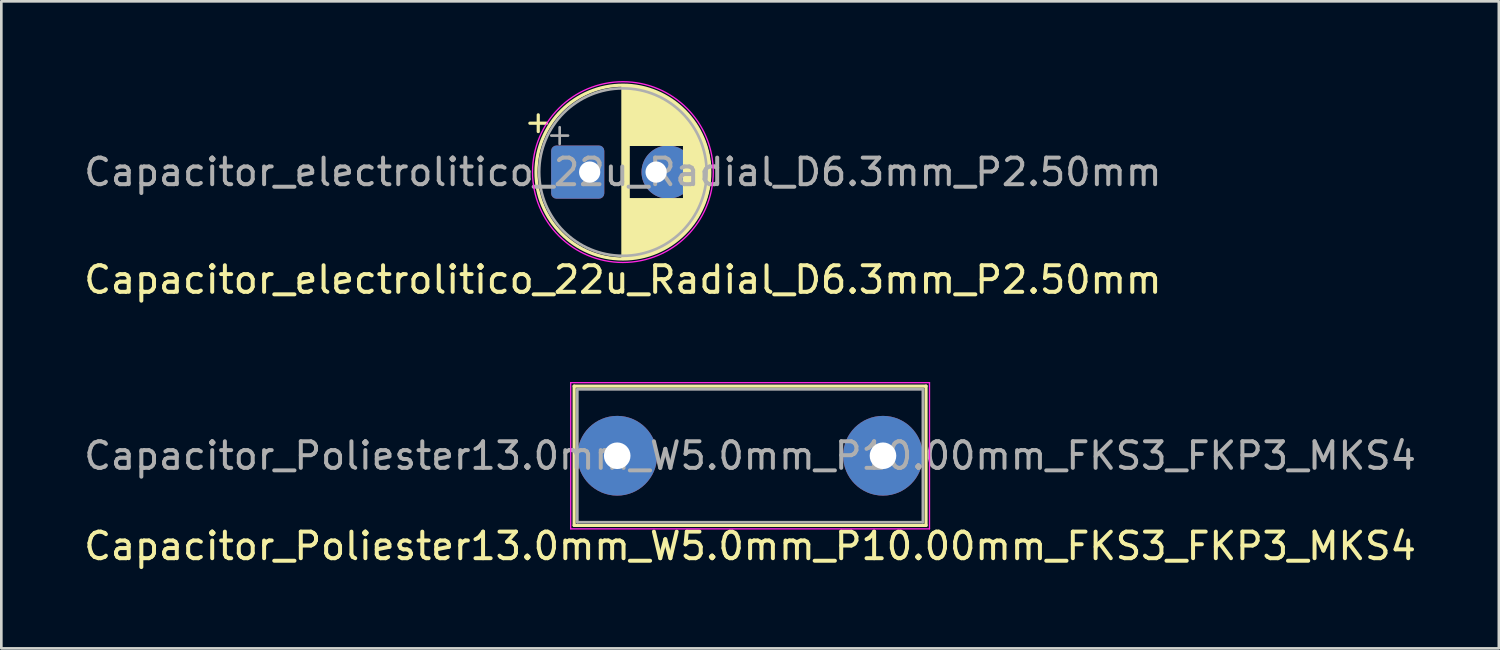
<source format=kicad_pcb>
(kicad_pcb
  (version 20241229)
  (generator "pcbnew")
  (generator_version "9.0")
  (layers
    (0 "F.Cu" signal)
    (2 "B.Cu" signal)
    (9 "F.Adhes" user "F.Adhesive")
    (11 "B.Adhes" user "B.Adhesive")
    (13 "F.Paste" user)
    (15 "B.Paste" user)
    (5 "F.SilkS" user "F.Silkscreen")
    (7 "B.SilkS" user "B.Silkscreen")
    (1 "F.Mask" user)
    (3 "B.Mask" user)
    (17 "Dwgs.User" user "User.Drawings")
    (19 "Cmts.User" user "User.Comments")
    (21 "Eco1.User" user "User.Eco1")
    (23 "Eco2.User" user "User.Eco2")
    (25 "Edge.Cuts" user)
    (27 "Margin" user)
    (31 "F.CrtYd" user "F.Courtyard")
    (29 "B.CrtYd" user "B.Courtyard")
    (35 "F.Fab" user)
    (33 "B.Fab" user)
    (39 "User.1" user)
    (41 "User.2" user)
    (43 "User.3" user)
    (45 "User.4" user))
  (footprint "Capacitor_Poliester13.0mm_W5.0mm_P10.00mm_FKS3_FKP3_MKS4"
    (layer "F.Cu")
    (at 25.173 14.098)
    (property "Reference" "Capacitor_Poliester13.0mm_W5.0mm_P10.00mm_FKS3_FKP3_MKS4" (at 0 3.4 0) (layer "F.SilkS") (effects (font (size 1 1) (thickness 0.15))))
    (attr through_hole)
    (fp_line (start -6.62 -2.62) (end -6.62 2.62) (stroke (width 0.12) (type solid)) (layer "F.SilkS"))
    (fp_line (start -6.62 -2.62) (end 6.62 -2.62) (stroke (width 0.12) (type solid)) (layer "F.SilkS"))
    (fp_line (start -6.62 2.62) (end 6.62 2.62) (stroke (width 0.12) (type solid)) (layer "F.SilkS"))
    (fp_line (start 6.62 -2.62) (end 6.62 2.62) (stroke (width 0.12) (type solid)) (layer "F.SilkS"))
    (fp_line (start -6.75 -2.75) (end -6.75 2.75) (stroke (width 0.05) (type solid)) (layer "F.CrtYd"))
    (fp_line (start -6.75 2.75) (end 6.75 2.75) (stroke (width 0.05) (type solid)) (layer "F.CrtYd"))
    (fp_line (start 6.75 -2.75) (end -6.75 -2.75) (stroke (width 0.05) (type solid)) (layer "F.CrtYd"))
    (fp_line (start 6.75 2.75) (end 6.75 -2.75) (stroke (width 0.05) (type solid)) (layer "F.CrtYd"))
    (fp_line (start -6.5 -2.5) (end -6.5 2.5) (stroke (width 0.1) (type solid)) (layer "F.Fab"))
    (fp_line (start -6.5 2.5) (end 6.5 2.5) (stroke (width 0.1) (type solid)) (layer "F.Fab"))
    (fp_line (start 6.5 -2.5) (end -6.5 -2.5) (stroke (width 0.1) (type solid)) (layer "F.Fab"))
    (fp_line (start 6.5 2.5) (end 6.5 -2.5) (stroke (width 0.1) (type solid)) (layer "F.Fab"))
    (fp_text user "${REFERENCE}" (at 0 0 0) (layer "F.Fab") (effects (font (size 1 1) (thickness 0.15))))
    (pad "1" thru_hole circle (at -5 0) (size 3 3) (drill 1) (layers "*.Cu" "*.Mask"))
    (pad "2" thru_hole circle (at 5 0) (size 3 3) (drill 1) (layers "*.Cu" "*.Mask")))
  (footprint "Capacitor_electrolitico_22u_Radial_D6.3mm_P2.50mm"
    (layer "F.Cu")
    (at 20.387 3.425)
    (property "Reference" "Capacitor_electrolitico_22u_Radial_D6.3mm_P2.50mm" (at 0 4.05 0) (layer "F.SilkS") (effects (font (size 1 1) (thickness 0.15))))
    (attr through_hole)
    (fp_line (start -3.5 -1.839) (end -2.87 -1.839) (stroke (width 0.12) (type solid)) (layer "F.SilkS"))
    (fp_line (start -3.185 -2.154) (end -3.185 -1.524) (stroke (width 0.12) (type solid)) (layer "F.SilkS"))
    (fp_line (start 0 -3.23) (end 0 3.23) (stroke (width 0.12) (type solid)) (layer "F.SilkS"))
    (fp_line (start 0.04 -3.23) (end 0.04 3.23) (stroke (width 0.12) (type solid)) (layer "F.SilkS"))
    (fp_line (start 0.08 -3.229) (end 0.08 3.229) (stroke (width 0.12) (type solid)) (layer "F.SilkS"))
    (fp_line (start 0.12 -3.228) (end 0.12 3.228) (stroke (width 0.12) (type solid)) (layer "F.SilkS"))
    (fp_line (start 0.16 -3.226) (end 0.16 3.226) (stroke (width 0.12) (type solid)) (layer "F.SilkS"))
    (fp_line (start 0.2 -3.224) (end 0.2 3.224) (stroke (width 0.12) (type solid)) (layer "F.SilkS"))
    (fp_line (start 0.24 -3.221) (end 0.24 -1.04) (stroke (width 0.12) (type solid)) (layer "F.SilkS"))
    (fp_line (start 0.24 1.04) (end 0.24 3.221) (stroke (width 0.12) (type solid)) (layer "F.SilkS"))
    (fp_line (start 0.28 -3.218) (end 0.28 -1.04) (stroke (width 0.12) (type solid)) (layer "F.SilkS"))
    (fp_line (start 0.28 1.04) (end 0.28 3.218) (stroke (width 0.12) (type solid)) (layer "F.SilkS"))
    (fp_line (start 0.32 -3.214) (end 0.32 -1.04) (stroke (width 0.12) (type solid)) (layer "F.SilkS"))
    (fp_line (start 0.32 1.04) (end 0.32 3.214) (stroke (width 0.12) (type solid)) (layer "F.SilkS"))
    (fp_line (start 0.36 -3.21) (end 0.36 -1.04) (stroke (width 0.12) (type solid)) (layer "F.SilkS"))
    (fp_line (start 0.36 1.04) (end 0.36 3.21) (stroke (width 0.12) (type solid)) (layer "F.SilkS"))
    (fp_line (start 0.4 -3.205) (end 0.4 -1.04) (stroke (width 0.12) (type solid)) (layer "F.SilkS"))
    (fp_line (start 0.4 1.04) (end 0.4 3.205) (stroke (width 0.12) (type solid)) (layer "F.SilkS"))
    (fp_line (start 0.44 -3.2) (end 0.44 -1.04) (stroke (width 0.12) (type solid)) (layer "F.SilkS"))
    (fp_line (start 0.44 1.04) (end 0.44 3.2) (stroke (width 0.12) (type solid)) (layer "F.SilkS"))
    (fp_line (start 0.48 -3.195) (end 0.48 -1.04) (stroke (width 0.12) (type solid)) (layer "F.SilkS"))
    (fp_line (start 0.48 1.04) (end 0.48 3.195) (stroke (width 0.12) (type solid)) (layer "F.SilkS"))
    (fp_line (start 0.52 -3.188) (end 0.52 -1.04) (stroke (width 0.12) (type solid)) (layer "F.SilkS"))
    (fp_line (start 0.52 1.04) (end 0.52 3.188) (stroke (width 0.12) (type solid)) (layer "F.SilkS"))
    (fp_line (start 0.56 -3.182) (end 0.56 -1.04) (stroke (width 0.12) (type solid)) (layer "F.SilkS"))
    (fp_line (start 0.56 1.04) (end 0.56 3.182) (stroke (width 0.12) (type solid)) (layer "F.SilkS"))
    (fp_line (start 0.6 -3.174) (end 0.6 -1.04) (stroke (width 0.12) (type solid)) (layer "F.SilkS"))
    (fp_line (start 0.6 1.04) (end 0.6 3.174) (stroke (width 0.12) (type solid)) (layer "F.SilkS"))
    (fp_line (start 0.64 -3.167) (end 0.64 -1.04) (stroke (width 0.12) (type solid)) (layer "F.SilkS"))
    (fp_line (start 0.64 1.04) (end 0.64 3.167) (stroke (width 0.12) (type solid)) (layer "F.SilkS"))
    (fp_line (start 0.68 -3.159) (end 0.68 -1.04) (stroke (width 0.12) (type solid)) (layer "F.SilkS"))
    (fp_line (start 0.68 1.04) (end 0.68 3.159) (stroke (width 0.12) (type solid)) (layer "F.SilkS"))
    (fp_line (start 0.72 -3.15) (end 0.72 -1.04) (stroke (width 0.12) (type solid)) (layer "F.SilkS"))
    (fp_line (start 0.72 1.04) (end 0.72 3.15) (stroke (width 0.12) (type solid)) (layer "F.SilkS"))
    (fp_line (start 0.76 -3.14) (end 0.76 -1.04) (stroke (width 0.12) (type solid)) (layer "F.SilkS"))
    (fp_line (start 0.76 1.04) (end 0.76 3.14) (stroke (width 0.12) (type solid)) (layer "F.SilkS"))
    (fp_line (start 0.8 -3.131) (end 0.8 -1.04) (stroke (width 0.12) (type solid)) (layer "F.SilkS"))
    (fp_line (start 0.8 1.04) (end 0.8 3.131) (stroke (width 0.12) (type solid)) (layer "F.SilkS"))
    (fp_line (start 0.84 -3.12) (end 0.84 -1.04) (stroke (width 0.12) (type solid)) (layer "F.SilkS"))
    (fp_line (start 0.84 1.04) (end 0.84 3.12) (stroke (width 0.12) (type solid)) (layer "F.SilkS"))
    (fp_line (start 0.88 -3.109) (end 0.88 -1.04) (stroke (width 0.12) (type solid)) (layer "F.SilkS"))
    (fp_line (start 0.88 1.04) (end 0.88 3.109) (stroke (width 0.12) (type solid)) (layer "F.SilkS"))
    (fp_line (start 0.92 -3.098) (end 0.92 -1.04) (stroke (width 0.12) (type solid)) (layer "F.SilkS"))
    (fp_line (start 0.92 1.04) (end 0.92 3.098) (stroke (width 0.12) (type solid)) (layer "F.SilkS"))
    (fp_line (start 0.96 -3.086) (end 0.96 -1.04) (stroke (width 0.12) (type solid)) (layer "F.SilkS"))
    (fp_line (start 0.96 1.04) (end 0.96 3.086) (stroke (width 0.12) (type solid)) (layer "F.SilkS"))
    (fp_line (start 1 -3.073) (end 1 -1.04) (stroke (width 0.12) (type solid)) (layer "F.SilkS"))
    (fp_line (start 1 1.04) (end 1 3.073) (stroke (width 0.12) (type solid)) (layer "F.SilkS"))
    (fp_line (start 1.04 -3.06) (end 1.04 -1.04) (stroke (width 0.12) (type solid)) (layer "F.SilkS"))
    (fp_line (start 1.04 1.04) (end 1.04 3.06) (stroke (width 0.12) (type solid)) (layer "F.SilkS"))
    (fp_line (start 1.08 -3.047) (end 1.08 -1.04) (stroke (width 0.12) (type solid)) (layer "F.SilkS"))
    (fp_line (start 1.08 1.04) (end 1.08 3.047) (stroke (width 0.12) (type solid)) (layer "F.SilkS"))
    (fp_line (start 1.12 -3.032) (end 1.12 -1.04) (stroke (width 0.12) (type solid)) (layer "F.SilkS"))
    (fp_line (start 1.12 1.04) (end 1.12 3.032) (stroke (width 0.12) (type solid)) (layer "F.SilkS"))
    (fp_line (start 1.16 -3.017) (end 1.16 -1.04) (stroke (width 0.12) (type solid)) (layer "F.SilkS"))
    (fp_line (start 1.16 1.04) (end 1.16 3.017) (stroke (width 0.12) (type solid)) (layer "F.SilkS"))
    (fp_line (start 1.2 -3.002) (end 1.2 -1.04) (stroke (width 0.12) (type solid)) (layer "F.SilkS"))
    (fp_line (start 1.2 1.04) (end 1.2 3.002) (stroke (width 0.12) (type solid)) (layer "F.SilkS"))
    (fp_line (start 1.24 -2.986) (end 1.24 -1.04) (stroke (width 0.12) (type solid)) (layer "F.SilkS"))
    (fp_line (start 1.24 1.04) (end 1.24 2.986) (stroke (width 0.12) (type solid)) (layer "F.SilkS"))
    (fp_line (start 1.28 -2.969) (end 1.28 -1.04) (stroke (width 0.12) (type solid)) (layer "F.SilkS"))
    (fp_line (start 1.28 1.04) (end 1.28 2.969) (stroke (width 0.12) (type solid)) (layer "F.SilkS"))
    (fp_line (start 1.32 -2.952) (end 1.32 -1.04) (stroke (width 0.12) (type solid)) (layer "F.SilkS"))
    (fp_line (start 1.32 1.04) (end 1.32 2.952) (stroke (width 0.12) (type solid)) (layer "F.SilkS"))
    (fp_line (start 1.36 -2.934) (end 1.36 -1.04) (stroke (width 0.12) (type solid)) (layer "F.SilkS"))
    (fp_line (start 1.36 1.04) (end 1.36 2.934) (stroke (width 0.12) (type solid)) (layer "F.SilkS"))
    (fp_line (start 1.4 -2.915) (end 1.4 -1.04) (stroke (width 0.12) (type solid)) (layer "F.SilkS"))
    (fp_line (start 1.4 1.04) (end 1.4 2.915) (stroke (width 0.12) (type solid)) (layer "F.SilkS"))
    (fp_line (start 1.44 -2.896) (end 1.44 -1.04) (stroke (width 0.12) (type solid)) (layer "F.SilkS"))
    (fp_line (start 1.44 1.04) (end 1.44 2.896) (stroke (width 0.12) (type solid)) (layer "F.SilkS"))
    (fp_line (start 1.48 -2.876) (end 1.48 -1.04) (stroke (width 0.12) (type solid)) (layer "F.SilkS"))
    (fp_line (start 1.48 1.04) (end 1.48 2.876) (stroke (width 0.12) (type solid)) (layer "F.SilkS"))
    (fp_line (start 1.52 -2.855) (end 1.52 -1.04) (stroke (width 0.12) (type solid)) (layer "F.SilkS"))
    (fp_line (start 1.52 1.04) (end 1.52 2.855) (stroke (width 0.12) (type solid)) (layer "F.SilkS"))
    (fp_line (start 1.56 -2.834) (end 1.56 -1.04) (stroke (width 0.12) (type solid)) (layer "F.SilkS"))
    (fp_line (start 1.56 1.04) (end 1.56 2.834) (stroke (width 0.12) (type solid)) (layer "F.SilkS"))
    (fp_line (start 1.6 -2.812) (end 1.6 -1.04) (stroke (width 0.12) (type solid)) (layer "F.SilkS"))
    (fp_line (start 1.6 1.04) (end 1.6 2.812) (stroke (width 0.12) (type solid)) (layer "F.SilkS"))
    (fp_line (start 1.64 -2.789) (end 1.64 -1.04) (stroke (width 0.12) (type solid)) (layer "F.SilkS"))
    (fp_line (start 1.64 1.04) (end 1.64 2.789) (stroke (width 0.12) (type solid)) (layer "F.SilkS"))
    (fp_line (start 1.68 -2.765) (end 1.68 -1.04) (stroke (width 0.12) (type solid)) (layer "F.SilkS"))
    (fp_line (start 1.68 1.04) (end 1.68 2.765) (stroke (width 0.12) (type solid)) (layer "F.SilkS"))
    (fp_line (start 1.72 -2.741) (end 1.72 -1.04) (stroke (width 0.12) (type solid)) (layer "F.SilkS"))
    (fp_line (start 1.72 1.04) (end 1.72 2.741) (stroke (width 0.12) (type solid)) (layer "F.SilkS"))
    (fp_line (start 1.76 -2.716) (end 1.76 -1.04) (stroke (width 0.12) (type solid)) (layer "F.SilkS"))
    (fp_line (start 1.76 1.04) (end 1.76 2.716) (stroke (width 0.12) (type solid)) (layer "F.SilkS"))
    (fp_line (start 1.8 -2.69) (end 1.8 -1.04) (stroke (width 0.12) (type solid)) (layer "F.SilkS"))
    (fp_line (start 1.8 1.04) (end 1.8 2.69) (stroke (width 0.12) (type solid)) (layer "F.SilkS"))
    (fp_line (start 1.84 -2.663) (end 1.84 -1.04) (stroke (width 0.12) (type solid)) (layer "F.SilkS"))
    (fp_line (start 1.84 1.04) (end 1.84 2.663) (stroke (width 0.12) (type solid)) (layer "F.SilkS"))
    (fp_line (start 1.88 -2.636) (end 1.88 -1.04) (stroke (width 0.12) (type solid)) (layer "F.SilkS"))
    (fp_line (start 1.88 1.04) (end 1.88 2.636) (stroke (width 0.12) (type solid)) (layer "F.SilkS"))
    (fp_line (start 1.92 -2.607) (end 1.92 -1.04) (stroke (width 0.12) (type solid)) (layer "F.SilkS"))
    (fp_line (start 1.92 1.04) (end 1.92 2.607) (stroke (width 0.12) (type solid)) (layer "F.SilkS"))
    (fp_line (start 1.96 -2.577) (end 1.96 -1.04) (stroke (width 0.12) (type solid)) (layer "F.SilkS"))
    (fp_line (start 1.96 1.04) (end 1.96 2.577) (stroke (width 0.12) (type solid)) (layer "F.SilkS"))
    (fp_line (start 2 -2.547) (end 2 -1.04) (stroke (width 0.12) (type solid)) (layer "F.SilkS"))
    (fp_line (start 2 1.04) (end 2 2.547) (stroke (width 0.12) (type solid)) (layer "F.SilkS"))
    (fp_line (start 2.04 -2.516) (end 2.04 -1.04) (stroke (width 0.12) (type solid)) (layer "F.SilkS"))
    (fp_line (start 2.04 1.04) (end 2.04 2.516) (stroke (width 0.12) (type solid)) (layer "F.SilkS"))
    (fp_line (start 2.08 -2.483) (end 2.08 -1.04) (stroke (width 0.12) (type solid)) (layer "F.SilkS"))
    (fp_line (start 2.08 1.04) (end 2.08 2.483) (stroke (width 0.12) (type solid)) (layer "F.SilkS"))
    (fp_line (start 2.12 -2.45) (end 2.12 -1.04) (stroke (width 0.12) (type solid)) (layer "F.SilkS"))
    (fp_line (start 2.12 1.04) (end 2.12 2.45) (stroke (width 0.12) (type solid)) (layer "F.SilkS"))
    (fp_line (start 2.16 -2.415) (end 2.16 -1.04) (stroke (width 0.12) (type solid)) (layer "F.SilkS"))
    (fp_line (start 2.16 1.04) (end 2.16 2.415) (stroke (width 0.12) (type solid)) (layer "F.SilkS"))
    (fp_line (start 2.2 -2.379) (end 2.2 -1.04) (stroke (width 0.12) (type solid)) (layer "F.SilkS"))
    (fp_line (start 2.2 1.04) (end 2.2 2.379) (stroke (width 0.12) (type solid)) (layer "F.SilkS"))
    (fp_line (start 2.24 -2.342) (end 2.24 -1.04) (stroke (width 0.12) (type solid)) (layer "F.SilkS"))
    (fp_line (start 2.24 1.04) (end 2.24 2.342) (stroke (width 0.12) (type solid)) (layer "F.SilkS"))
    (fp_line (start 2.28 -2.304) (end 2.28 -1.04) (stroke (width 0.12) (type solid)) (layer "F.SilkS"))
    (fp_line (start 2.28 1.04) (end 2.28 2.304) (stroke (width 0.12) (type solid)) (layer "F.SilkS"))
    (fp_line (start 2.32 -2.264) (end 2.32 2.264) (stroke (width 0.12) (type solid)) (layer "F.SilkS"))
    (fp_line (start 2.36 -2.223) (end 2.36 2.223) (stroke (width 0.12) (type solid)) (layer "F.SilkS"))
    (fp_line (start 2.4 -2.181) (end 2.4 2.181) (stroke (width 0.12) (type solid)) (layer "F.SilkS"))
    (fp_line (start 2.44 -2.137) (end 2.44 2.137) (stroke (width 0.12) (type solid)) (layer "F.SilkS"))
    (fp_line (start 2.48 -2.091) (end 2.48 2.091) (stroke (width 0.12) (type solid)) (layer "F.SilkS"))
    (fp_line (start 2.52 -2.044) (end 2.52 2.044) (stroke (width 0.12) (type solid)) (layer "F.SilkS"))
    (fp_line (start 2.56 -1.995) (end 2.56 1.995) (stroke (width 0.12) (type solid)) (layer "F.SilkS"))
    (fp_line (start 2.6 -1.943) (end 2.6 1.943) (stroke (width 0.12) (type solid)) (layer "F.SilkS"))
    (fp_line (start 2.64 -1.89) (end 2.64 1.89) (stroke (width 0.12) (type solid)) (layer "F.SilkS"))
    (fp_line (start 2.68 -1.834) (end 2.68 1.834) (stroke (width 0.12) (type solid)) (layer "F.SilkS"))
    (fp_line (start 2.72 -1.775) (end 2.72 1.775) (stroke (width 0.12) (type solid)) (layer "F.SilkS"))
    (fp_line (start 2.76 -1.714) (end 2.76 1.714) (stroke (width 0.12) (type solid)) (layer "F.SilkS"))
    (fp_line (start 2.8 -1.649) (end 2.8 1.649) (stroke (width 0.12) (type solid)) (layer "F.SilkS"))
    (fp_line (start 2.84 -1.581) (end 2.84 1.581) (stroke (width 0.12) (type solid)) (layer "F.SilkS"))
    (fp_line (start 2.88 -1.509) (end 2.88 1.509) (stroke (width 0.12) (type solid)) (layer "F.SilkS"))
    (fp_line (start 2.92 -1.432) (end 2.92 1.432) (stroke (width 0.12) (type solid)) (layer "F.SilkS"))
    (fp_line (start 2.96 -1.35) (end 2.96 1.35) (stroke (width 0.12) (type solid)) (layer "F.SilkS"))
    (fp_line (start 3 -1.261) (end 3 1.261) (stroke (width 0.12) (type solid)) (layer "F.SilkS"))
    (fp_line (start 3.04 -1.165) (end 3.04 1.165) (stroke (width 0.12) (type solid)) (layer "F.SilkS"))
    (fp_line (start 3.08 -1.058) (end 3.08 1.058) (stroke (width 0.12) (type solid)) (layer "F.SilkS"))
    (fp_line (start 3.12 -0.939) (end 3.12 0.939) (stroke (width 0.12) (type solid)) (layer "F.SilkS"))
    (fp_line (start 3.16 -0.801) (end 3.16 0.801) (stroke (width 0.12) (type solid)) (layer "F.SilkS"))
    (fp_line (start 3.2 -0.633) (end 3.2 0.633) (stroke (width 0.12) (type solid)) (layer "F.SilkS"))
    (fp_line (start 3.24 -0.402) (end 3.24 0.402) (stroke (width 0.12) (type solid)) (layer "F.SilkS"))
    (fp_circle (center 0 0) (end 3.27 0) (stroke (width 0.12) (type solid)) (fill no) (layer "F.SilkS"))
    (fp_circle (center 0 0) (end 3.4 0) (stroke (width 0.05) (type solid)) (fill no) (layer "F.CrtYd"))
    (fp_line (start -2.694 -1.373) (end -2.064 -1.373) (stroke (width 0.1) (type solid)) (layer "F.Fab"))
    (fp_line (start -2.379 -1.688) (end -2.379 -1.058) (stroke (width 0.1) (type solid)) (layer "F.Fab"))
    (fp_circle (center 0 0) (end 3.15 0) (stroke (width 0.1) (type solid)) (fill no) (layer "F.Fab"))
    (fp_text user "${REFERENCE}" (at 0 0 0) (layer "F.Fab") (effects (font (size 1 1) (thickness 0.15))))
    (pad "1" thru_hole roundrect (at -1.25 0) (size 2 2) (drill 0.8 (offset -0.45 0)) (layers "*.Cu" "*.Mask") (roundrect_rratio 0.1))
    (pad "2" thru_hole oval (at 1.25 0) (size 2 2) (drill 0.8 (offset 0.45 0)) (layers "*.Cu" "*.Mask")))
  (gr_rect
    (start -3 -3)
    (end 53.345 21.346)
    (stroke (width 0.1) (type default))
    (fill no)
    (layer "Edge.Cuts")))
</source>
